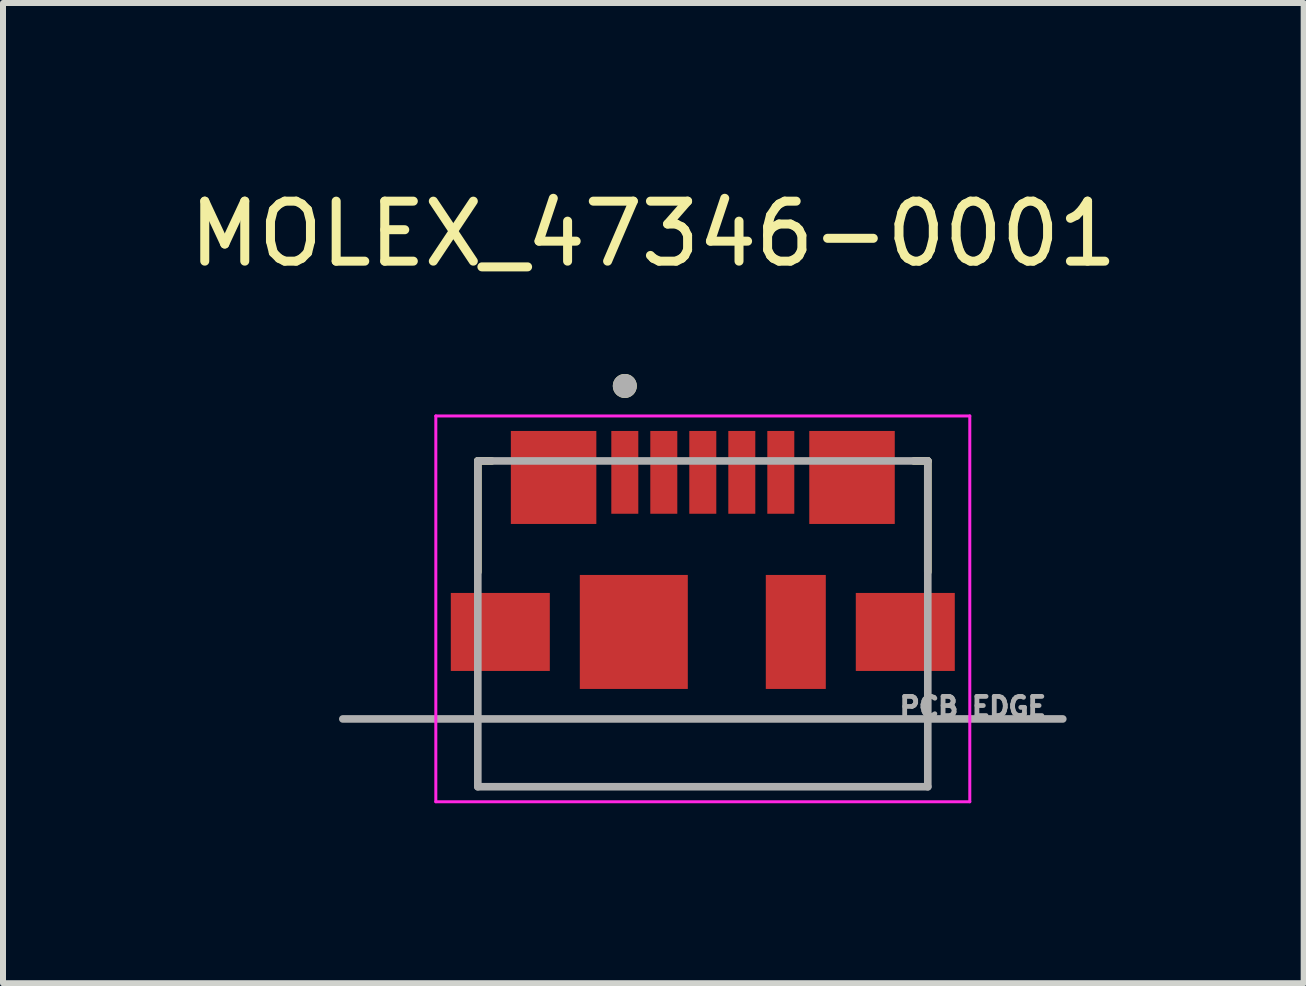
<source format=kicad_pcb>
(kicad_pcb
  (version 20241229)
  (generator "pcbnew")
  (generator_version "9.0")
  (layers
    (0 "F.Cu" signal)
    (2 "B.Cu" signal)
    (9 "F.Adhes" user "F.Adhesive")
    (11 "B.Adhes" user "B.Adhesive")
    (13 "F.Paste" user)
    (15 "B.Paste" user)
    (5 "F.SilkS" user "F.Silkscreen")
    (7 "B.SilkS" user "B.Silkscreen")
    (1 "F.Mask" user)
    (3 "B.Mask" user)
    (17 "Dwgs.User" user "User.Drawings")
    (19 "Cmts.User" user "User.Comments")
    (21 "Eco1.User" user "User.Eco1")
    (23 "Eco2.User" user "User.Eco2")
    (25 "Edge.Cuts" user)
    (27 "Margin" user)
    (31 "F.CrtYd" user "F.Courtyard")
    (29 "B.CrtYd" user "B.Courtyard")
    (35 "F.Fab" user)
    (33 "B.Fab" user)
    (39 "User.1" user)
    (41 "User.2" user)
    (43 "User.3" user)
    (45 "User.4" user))
  (footprint "MOLEX_47346-0001"
    (layer "F.Cu")
    (at 8.664 7.483)
    (property "Reference" "MOLEX_47346-0001" (at -0.825 -6.635 0) (layer "F.SilkS") (effects (font (size 1 1) (thickness 0.15))))
    (attr smd)
    (fp_line (start -3.75 -2.85) (end -3.75 -1) (stroke (width 0.127) (type solid)) (layer "F.SilkS"))
    (fp_line (start -3.75 -2.85) (end -3.52 -2.85) (stroke (width 0.127) (type solid)) (layer "F.SilkS"))
    (fp_line (start 3.75 -2.85) (end 3.52 -2.85) (stroke (width 0.127) (type solid)) (layer "F.SilkS"))
    (fp_line (start 3.75 -2.85) (end 3.75 -1) (stroke (width 0.127) (type solid)) (layer "F.SilkS"))
    (fp_circle (center -1.3 -4.1) (end -1.2 -4.1) (stroke (width 0.2) (type solid)) (fill no) (layer "F.SilkS"))
    (fp_line (start -4.45 -3.6) (end 4.45 -3.6) (stroke (width 0.05) (type solid)) (layer "F.CrtYd"))
    (fp_line (start -4.45 2.83) (end -4.45 -3.6) (stroke (width 0.05) (type solid)) (layer "F.CrtYd"))
    (fp_line (start 4.45 -3.6) (end 4.45 2.83) (stroke (width 0.05) (type solid)) (layer "F.CrtYd"))
    (fp_line (start 4.45 2.83) (end -4.45 2.83) (stroke (width 0.05) (type solid)) (layer "F.CrtYd"))
    (fp_line (start -6 1.45) (end 6 1.45) (stroke (width 0.127) (type solid)) (layer "F.Fab"))
    (fp_line (start -3.75 -2.85) (end 3.75 -2.85) (stroke (width 0.127) (type solid)) (layer "F.Fab"))
    (fp_line (start -3.75 2.58) (end -3.75 -2.85) (stroke (width 0.127) (type solid)) (layer "F.Fab"))
    (fp_line (start 3.75 -2.85) (end 3.75 2.58) (stroke (width 0.127) (type solid)) (layer "F.Fab"))
    (fp_line (start 3.75 2.58) (end -3.75 2.58) (stroke (width 0.127) (type solid)) (layer "F.Fab"))
    (fp_circle (center -1.3 -4.1) (end -1.2 -4.1) (stroke (width 0.2) (type solid)) (fill no) (layer "F.Fab"))
    (fp_text user "PCB EDGE" (at 4.5 1.25 0) (layer "F.Fab") (effects (font (size 0.32 0.32) (thickness 0.15))))
    (pad "1" smd rect (at -1.3 -2.66) (size 0.45 1.38) (layers "F.Cu" "F.Mask" "F.Paste"))
    (pad "2" smd rect (at -0.65 -2.66) (size 0.45 1.38) (layers "F.Cu" "F.Mask" "F.Paste"))
    (pad "3" smd rect (at 0 -2.66) (size 0.45 1.38) (layers "F.Cu" "F.Mask" "F.Paste"))
    (pad "4" smd rect (at 0.65 -2.66) (size 0.45 1.38) (layers "F.Cu" "F.Mask" "F.Paste"))
    (pad "5" smd rect (at 1.3 -2.66) (size 0.45 1.38) (layers "F.Cu" "F.Mask" "F.Paste"))
    (pad "S1" smd rect (at -2.487 -2.575) (size 1.425 1.55) (layers "F.Cu" "F.Mask" "F.Paste"))
    (pad "S2" smd rect (at 2.487 -2.575) (size 1.425 1.55) (layers "F.Cu" "F.Mask" "F.Paste"))
    (pad "S3" smd rect (at -3.375 0) (size 1.65 1.3) (layers "F.Cu" "F.Mask" "F.Paste"))
    (pad "S4" smd rect (at -1.15 0) (size 1.8 1.9) (layers "F.Cu" "F.Mask" "F.Paste"))
    (pad "S5" smd rect (at 1.55 0) (size 1 1.9) (layers "F.Cu" "F.Mask" "F.Paste"))
    (pad "S6" smd rect (at 3.375 0) (size 1.65 1.3) (layers "F.Cu" "F.Mask" "F.Paste")))
  (gr_rect
    (start -3 -3)
    (end 18.679 13.338)
    (stroke (width 0.1) (type default))
    (fill no)
    (layer "Edge.Cuts")))
</source>
